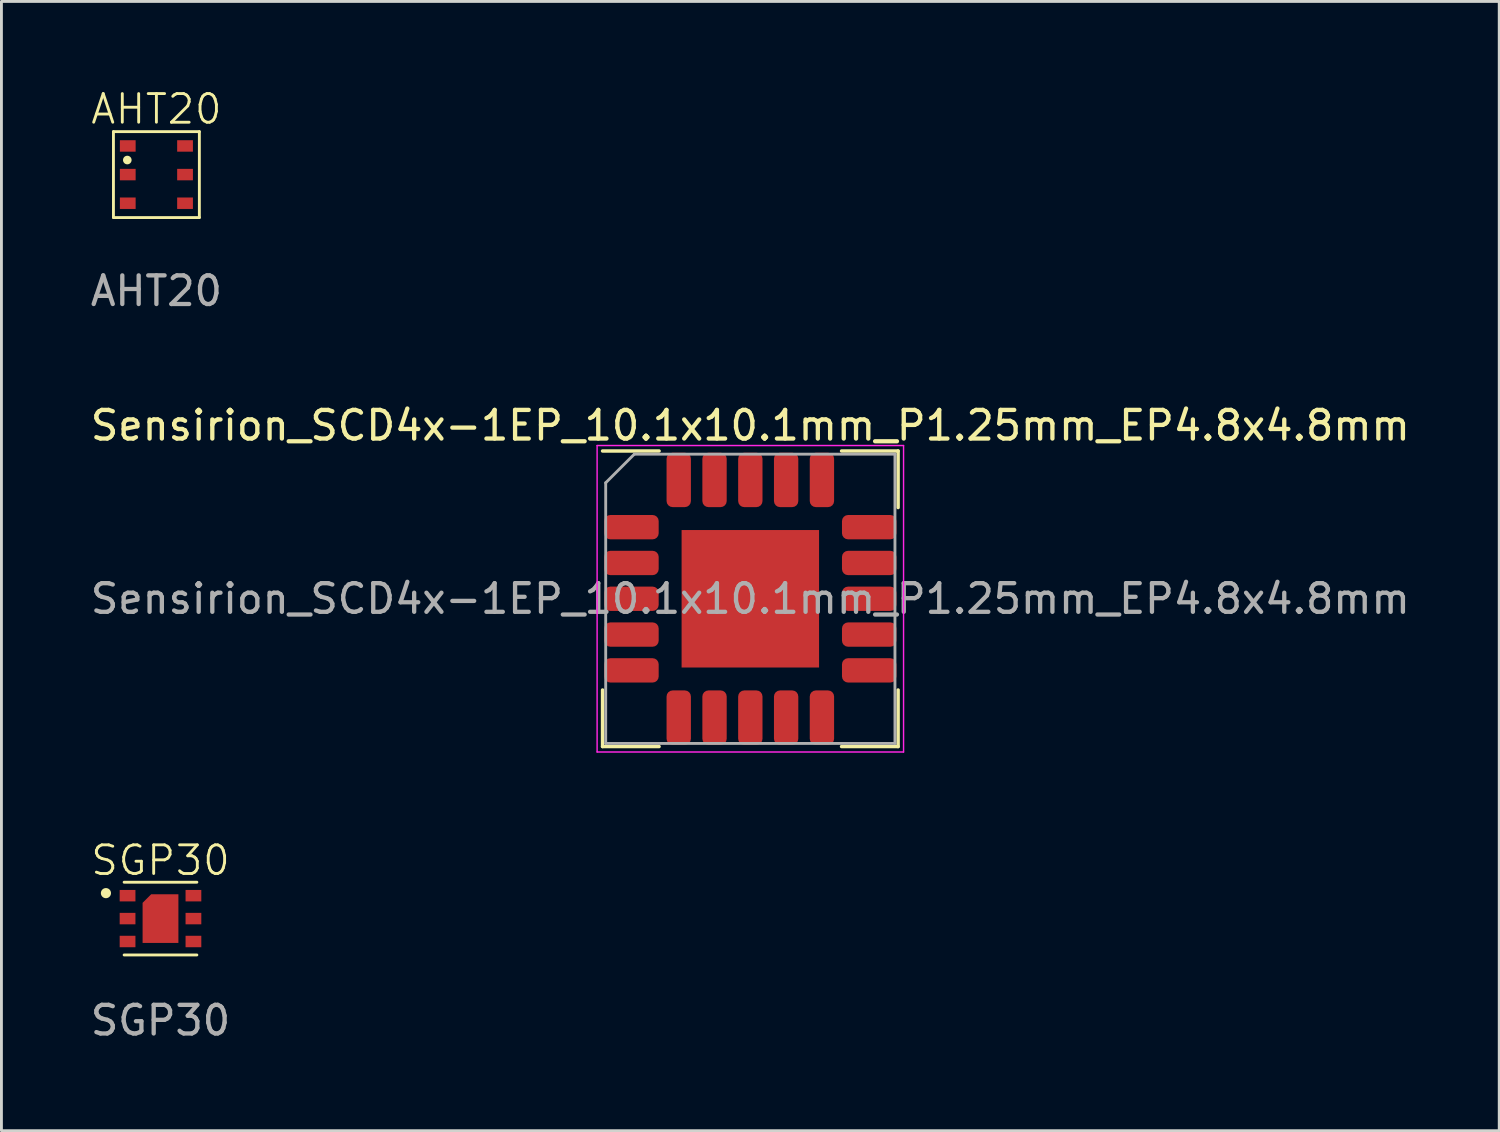
<source format=kicad_pcb>
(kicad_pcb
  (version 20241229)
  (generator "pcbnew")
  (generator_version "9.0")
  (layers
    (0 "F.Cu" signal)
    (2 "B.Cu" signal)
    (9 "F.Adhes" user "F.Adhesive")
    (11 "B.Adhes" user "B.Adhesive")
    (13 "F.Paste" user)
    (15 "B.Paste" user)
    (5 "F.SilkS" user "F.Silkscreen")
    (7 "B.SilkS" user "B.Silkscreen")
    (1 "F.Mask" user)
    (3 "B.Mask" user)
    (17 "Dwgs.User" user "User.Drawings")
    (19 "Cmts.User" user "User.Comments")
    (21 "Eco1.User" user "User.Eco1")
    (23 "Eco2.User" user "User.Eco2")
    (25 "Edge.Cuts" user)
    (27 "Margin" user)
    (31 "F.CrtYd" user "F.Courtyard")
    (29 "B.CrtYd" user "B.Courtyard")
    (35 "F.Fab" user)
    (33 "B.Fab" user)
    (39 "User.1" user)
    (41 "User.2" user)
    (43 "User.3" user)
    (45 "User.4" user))
  (footprint "Sensirion_SCD4x-1EP_10.1x10.1mm_P1.25mm_EP4.8x4.8mm"
    (layer "F.Cu")
    (at 23.149 17.857)
    (property "Reference" "Sensirion_SCD4x-1EP_10.1x10.1mm_P1.25mm_EP4.8x4.8mm" (at 0 -6.05 0) (layer "F.SilkS") (effects (font (size 1 1) (thickness 0.15))))
    (attr smd)
    (fp_line (start -5.16 5.16) (end -5.16 3.185) (stroke (width 0.12) (type solid)) (layer "F.SilkS"))
    (fp_line (start -3.185 -5.16) (end -5.16 -5.16) (stroke (width 0.12) (type solid)) (layer "F.SilkS"))
    (fp_line (start -3.185 5.16) (end -5.16 5.16) (stroke (width 0.12) (type solid)) (layer "F.SilkS"))
    (fp_line (start 3.185 -5.16) (end 5.16 -5.16) (stroke (width 0.12) (type solid)) (layer "F.SilkS"))
    (fp_line (start 3.185 5.16) (end 5.16 5.16) (stroke (width 0.12) (type solid)) (layer "F.SilkS"))
    (fp_line (start 5.16 -5.16) (end 5.16 -3.185) (stroke (width 0.12) (type solid)) (layer "F.SilkS"))
    (fp_line (start 5.16 5.16) (end 5.16 3.185) (stroke (width 0.12) (type solid)) (layer "F.SilkS"))
    (fp_line (start -5.35 -5.35) (end -5.35 5.35) (stroke (width 0.05) (type solid)) (layer "F.CrtYd"))
    (fp_line (start -5.35 5.35) (end 5.35 5.35) (stroke (width 0.05) (type solid)) (layer "F.CrtYd"))
    (fp_line (start 5.35 -5.35) (end -5.35 -5.35) (stroke (width 0.05) (type solid)) (layer "F.CrtYd"))
    (fp_line (start 5.35 5.35) (end 5.35 -5.35) (stroke (width 0.05) (type solid)) (layer "F.CrtYd"))
    (fp_line (start -5.05 -4.05) (end -4.05 -5.05) (stroke (width 0.1) (type solid)) (layer "F.Fab"))
    (fp_line (start -5.05 5.05) (end -5.05 -4.05) (stroke (width 0.1) (type solid)) (layer "F.Fab"))
    (fp_line (start -4.05 -5.05) (end 5.05 -5.05) (stroke (width 0.1) (type solid)) (layer "F.Fab"))
    (fp_line (start 5.05 -5.05) (end 5.05 5.05) (stroke (width 0.1) (type solid)) (layer "F.Fab"))
    (fp_line (start 5.05 5.05) (end -5.05 5.05) (stroke (width 0.1) (type solid)) (layer "F.Fab"))
    (fp_text user "${REFERENCE}" (at 0 0 0) (layer "F.Fab") (effects (font (size 1 1) (thickness 0.15))))
    (pad "" smd roundrect (at -1.2 -1.2) (size 1.93 1.93) (layers "F.Paste") (roundrect_rratio 0.13))
    (pad "" smd roundrect (at -1.2 1.2) (size 1.93 1.93) (layers "F.Paste") (roundrect_rratio 0.13))
    (pad "" smd roundrect (at 1.2 -1.2) (size 1.93 1.93) (layers "F.Paste") (roundrect_rratio 0.13))
    (pad "" smd roundrect (at 1.2 1.2) (size 1.93 1.93) (layers "F.Paste") (roundrect_rratio 0.13))
    (pad "1" smd roundrect (at -4.15 -2.5) (size 1.9 0.85) (layers "F.Cu" "F.Mask" "F.Paste") (roundrect_rratio 0.25))
    (pad "2" smd roundrect (at -4.15 -1.25) (size 1.9 0.85) (layers "F.Cu" "F.Mask" "F.Paste") (roundrect_rratio 0.25))
    (pad "3" smd roundrect (at -4.15 0) (size 1.9 0.85) (layers "F.Cu" "F.Mask" "F.Paste") (roundrect_rratio 0.25))
    (pad "4" smd roundrect (at -4.15 1.25) (size 1.9 0.85) (layers "F.Cu" "F.Mask" "F.Paste") (roundrect_rratio 0.25))
    (pad "5" smd roundrect (at -4.15 2.5) (size 1.9 0.85) (layers "F.Cu" "F.Mask" "F.Paste") (roundrect_rratio 0.25))
    (pad "6" smd roundrect (at -2.5 4.15) (size 0.85 1.9) (layers "F.Cu" "F.Mask" "F.Paste") (roundrect_rratio 0.25))
    (pad "7" smd roundrect (at -1.25 4.15) (size 0.85 1.9) (layers "F.Cu" "F.Mask" "F.Paste") (roundrect_rratio 0.25))
    (pad "8" smd roundrect (at 0 4.15) (size 0.85 1.9) (layers "F.Cu" "F.Mask" "F.Paste") (roundrect_rratio 0.25))
    (pad "9" smd roundrect (at 1.25 4.15) (size 0.85 1.9) (layers "F.Cu" "F.Mask" "F.Paste") (roundrect_rratio 0.25))
    (pad "10" smd roundrect (at 2.5 4.15) (size 0.85 1.9) (layers "F.Cu" "F.Mask" "F.Paste") (roundrect_rratio 0.25))
    (pad "11" smd roundrect (at 4.15 2.5) (size 1.9 0.85) (layers "F.Cu" "F.Mask" "F.Paste") (roundrect_rratio 0.25))
    (pad "12" smd roundrect (at 4.15 1.25) (size 1.9 0.85) (layers "F.Cu" "F.Mask" "F.Paste") (roundrect_rratio 0.25))
    (pad "13" smd roundrect (at 4.15 0) (size 1.9 0.85) (layers "F.Cu" "F.Mask" "F.Paste") (roundrect_rratio 0.25))
    (pad "14" smd roundrect (at 4.15 -1.25) (size 1.9 0.85) (layers "F.Cu" "F.Mask" "F.Paste") (roundrect_rratio 0.25))
    (pad "15" smd roundrect (at 4.15 -2.5) (size 1.9 0.85) (layers "F.Cu" "F.Mask" "F.Paste") (roundrect_rratio 0.25))
    (pad "16" smd roundrect (at 2.5 -4.15) (size 0.85 1.9) (layers "F.Cu" "F.Mask" "F.Paste") (roundrect_rratio 0.25))
    (pad "17" smd roundrect (at 1.25 -4.15) (size 0.85 1.9) (layers "F.Cu" "F.Mask" "F.Paste") (roundrect_rratio 0.25))
    (pad "18" smd roundrect (at 0 -4.15) (size 0.85 1.9) (layers "F.Cu" "F.Mask" "F.Paste") (roundrect_rratio 0.25))
    (pad "19" smd roundrect (at -1.25 -4.15) (size 0.85 1.9) (layers "F.Cu" "F.Mask" "F.Paste") (roundrect_rratio 0.25))
    (pad "20" smd roundrect (at -2.5 -4.15) (size 0.85 1.9) (layers "F.Cu" "F.Mask" "F.Paste") (roundrect_rratio 0.25))
    (pad "21" smd rect (at 0 0) (size 4.8 4.8) (layers "F.Cu" "F.Mask")))
  (footprint "SGP30"
    (layer "F.Cu")
    (at 2.554 29.024)
    (property "Reference" "SGP30" (at 0 -2.032 0) (unlocked yes) (layer "F.SilkS") (effects (font (size 1 1) (thickness 0.1))))
    (attr smd)
    (fp_line (start -1.27 -1.27) (end 1.27 -1.27) (stroke (width 0.1) (type default)) (layer "F.SilkS"))
    (fp_line (start -1.27 1.27) (end 1.27 1.27) (stroke (width 0.1) (type default)) (layer "F.SilkS"))
    (fp_circle (center -1.905 -0.889) (end -1.778 -0.889) (stroke (width 0.1) (type solid)) (fill yes) (layer "F.SilkS"))
    (fp_text user "${REFERENCE}" (at 0 3.556 0) (unlocked yes) (layer "F.Fab") (effects (font (size 1 1) (thickness 0.15))))
    (pad "1" smd rect (at -1.15 -0.8) (size 0.55 0.4) (layers "F.Cu" "F.Mask" "F.Paste"))
    (pad "2" smd rect (at -1.15 0) (size 0.55 0.4) (layers "F.Cu" "F.Mask" "F.Paste"))
    (pad "3" smd rect (at -1.15 0.8) (size 0.55 0.4) (layers "F.Cu" "F.Mask" "F.Paste"))
    (pad "4" smd rect (at 1.15 0.8) (size 0.55 0.4) (layers "F.Cu" "F.Mask" "F.Paste"))
    (pad "5" smd rect (at 1.15 0) (size 0.55 0.4) (layers "F.Cu" "F.Mask" "F.Paste"))
    (pad "6" smd rect (at 1.15 -0.8) (size 0.55 0.4) (layers "F.Cu" "F.Mask" "F.Paste"))
    (pad "7" smd roundrect (at 0 0) (size 1.25 1.7) (layers "F.Cu" "F.Mask" "F.Paste") (roundrect_rratio 0) (chamfer_ratio 0.24) (chamfer top_left)))
  (footprint "AHT20"
    (layer "F.Cu")
    (at 2.411 3.046)
    (property "Reference" "AHT20" (at 0 -2.286 0) (unlocked yes) (layer "F.SilkS") (effects (font (size 1 1) (thickness 0.1))))
    (attr smd)
    (fp_line (start -1.5 -1.5) (end 1.5 -1.5) (stroke (width 0.1) (type default)) (layer "F.SilkS"))
    (fp_line (start -1.5 1.5) (end -1.5 -1.5) (stroke (width 0.1) (type default)) (layer "F.SilkS"))
    (fp_line (start -1.5 1.5) (end 1.5 1.5) (stroke (width 0.1) (type default)) (layer "F.SilkS"))
    (fp_line (start 1.5 1.5) (end 1.5 -1.5) (stroke (width 0.1) (type default)) (layer "F.SilkS"))
    (fp_circle (center -1.016 -0.508) (end -0.916 -0.508) (stroke (width 0.1) (type solid)) (fill yes) (layer "F.SilkS"))
    (fp_text user "${REFERENCE}" (at 0 4.064 0) (unlocked yes) (layer "F.Fab") (effects (font (size 1 1) (thickness 0.15))))
    (pad "1" smd rect (at -1 -1) (size 0.55 0.4) (layers "F.Cu" "F.Mask" "F.Paste"))
    (pad "2" smd rect (at -1 0) (size 0.55 0.4) (layers "F.Cu" "F.Mask" "F.Paste"))
    (pad "3" smd rect (at -1 1) (size 0.55 0.4) (layers "F.Cu" "F.Mask" "F.Paste"))
    (pad "4" smd rect (at 1 1) (size 0.55 0.4) (layers "F.Cu" "F.Mask" "F.Paste"))
    (pad "5" smd rect (at 1 0) (size 0.55 0.4) (layers "F.Cu" "F.Mask" "F.Paste"))
    (pad "6" smd rect (at 1 -1) (size 0.55 0.4) (layers "F.Cu" "F.Mask" "F.Paste")))
  (gr_rect
    (start -3 -3)
    (end 49.298 36.429)
    (stroke (width 0.1) (type default))
    (fill no)
    (layer "Edge.Cuts")))
</source>
